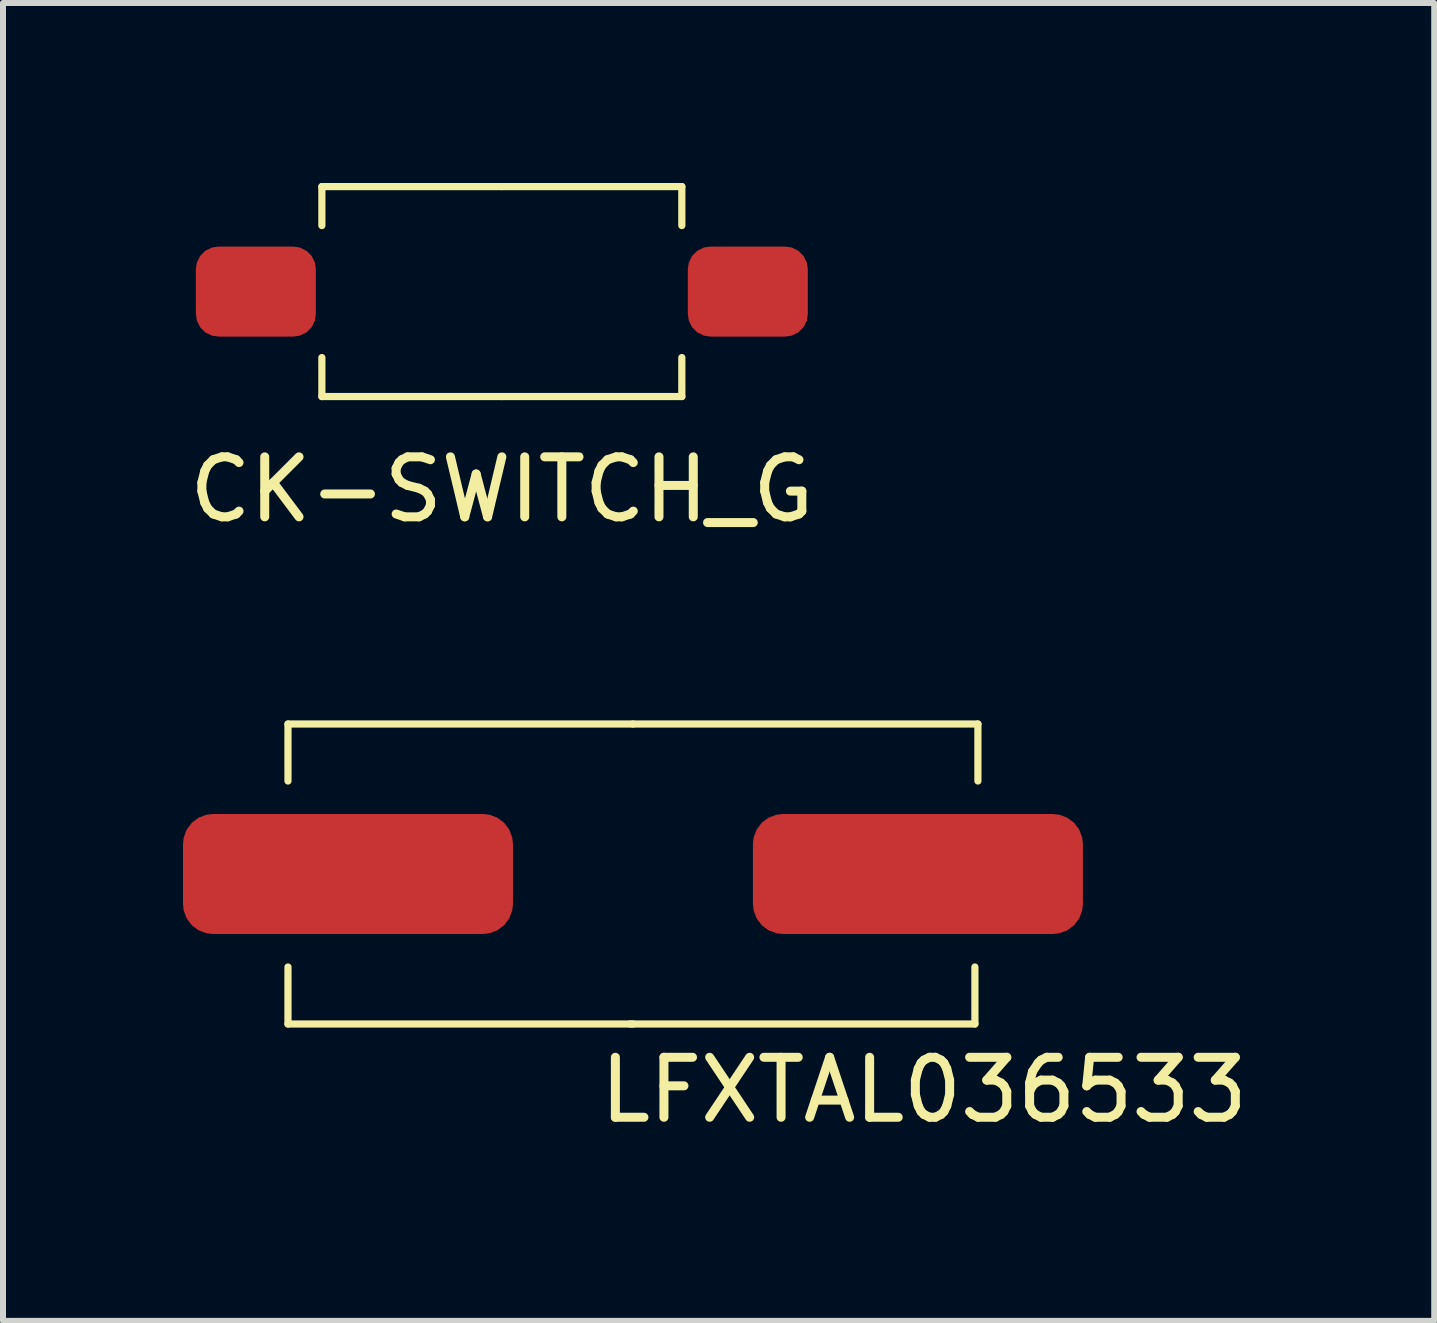
<source format=kicad_pcb>
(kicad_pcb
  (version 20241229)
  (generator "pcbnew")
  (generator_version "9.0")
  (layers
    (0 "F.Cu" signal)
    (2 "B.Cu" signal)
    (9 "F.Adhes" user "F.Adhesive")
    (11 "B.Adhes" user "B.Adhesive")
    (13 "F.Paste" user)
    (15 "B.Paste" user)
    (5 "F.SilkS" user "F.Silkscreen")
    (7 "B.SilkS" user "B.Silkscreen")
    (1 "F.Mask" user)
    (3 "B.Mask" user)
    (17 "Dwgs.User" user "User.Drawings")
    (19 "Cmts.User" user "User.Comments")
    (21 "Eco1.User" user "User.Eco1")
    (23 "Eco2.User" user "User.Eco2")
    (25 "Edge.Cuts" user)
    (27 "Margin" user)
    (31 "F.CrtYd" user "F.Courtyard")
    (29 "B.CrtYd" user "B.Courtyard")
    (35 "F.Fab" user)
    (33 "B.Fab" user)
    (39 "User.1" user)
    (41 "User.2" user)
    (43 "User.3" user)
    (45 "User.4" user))
  (footprint "CK-SWITCH_G"
    (layer "F.Cu")
    (at 5.315 1.81)
    (property "Reference" "CK-SWITCH_G" (at 0 3.3 0) (layer "F.SilkS") (effects (font (size 1 1) (thickness 0.15))))
    (attr through_hole)
    (fp_line (start -3 -1.75) (end -3 -1.1) (stroke (width 0.12) (type solid)) (layer "F.SilkS"))
    (fp_line (start -3 1.75) (end -3 1.1) (stroke (width 0.12) (type solid)) (layer "F.SilkS"))
    (fp_line (start 0 -1.75) (end -3 -1.75) (stroke (width 0.12) (type solid)) (layer "F.SilkS"))
    (fp_line (start 0 1.75) (end -3 1.75) (stroke (width 0.12) (type solid)) (layer "F.SilkS"))
    (fp_line (start 3 -1.75) (end 0 -1.75) (stroke (width 0.12) (type solid)) (layer "F.SilkS"))
    (fp_line (start 3 -1.75) (end 3 -1.1) (stroke (width 0.12) (type solid)) (layer "F.SilkS"))
    (fp_line (start 3 1.75) (end 0 1.75) (stroke (width 0.12) (type solid)) (layer "F.SilkS"))
    (fp_line (start 3 1.75) (end 3 1.1) (stroke (width 0.12) (type solid)) (layer "F.SilkS"))
    (pad "1" smd roundrect (at -4.1 0) (size 2 1.5) (layers "F.Cu" "F.Mask" "F.Paste") (roundrect_rratio 0.25))
    (pad "2" smd roundrect (at 4.1 0) (size 2 1.5) (layers "F.Cu" "F.Mask" "F.Paste") (roundrect_rratio 0.25)))
  (footprint "LFXTAL036533"
    (layer "F.Cu")
    (at 7.5 11.518)
    (property "Reference" "LFXTAL036533" (at 4.85 3.6 0) (layer "F.SilkS") (effects (font (size 1 1) (thickness 0.15))))
    (attr through_hole)
    (fp_line (start -5.75 -2.5) (end -5.75 -1.55) (stroke (width 0.12) (type solid)) (layer "F.SilkS"))
    (fp_line (start -5.75 2.5) (end -5.75 1.55) (stroke (width 0.12) (type solid)) (layer "F.SilkS"))
    (fp_line (start 0 -2.5) (end -5.75 -2.5) (stroke (width 0.12) (type solid)) (layer "F.SilkS"))
    (fp_line (start 0 2.5) (end -5.75 2.5) (stroke (width 0.12) (type solid)) (layer "F.SilkS"))
    (fp_line (start 5.7 2.5) (end -0.05 2.5) (stroke (width 0.12) (type solid)) (layer "F.SilkS"))
    (fp_line (start 5.7 2.5) (end 5.7 1.55) (stroke (width 0.12) (type solid)) (layer "F.SilkS"))
    (fp_line (start 5.75 -2.5) (end 0 -2.5) (stroke (width 0.12) (type solid)) (layer "F.SilkS"))
    (fp_line (start 5.75 -2.5) (end 5.75 -1.55) (stroke (width 0.12) (type solid)) (layer "F.SilkS"))
    (pad "1" smd roundrect (at -4.75 0) (size 5.5 2) (layers "F.Cu" "F.Mask" "F.Paste") (roundrect_rratio 0.25))
    (pad "2" smd roundrect (at 4.75 0) (size 5.5 2) (layers "F.Cu" "F.Mask" "F.Paste") (roundrect_rratio 0.25)))
  (gr_rect
    (start -3 -3)
    (end 20.856 18.966)
    (stroke (width 0.1) (type default))
    (fill no)
    (layer "Edge.Cuts")))
</source>
